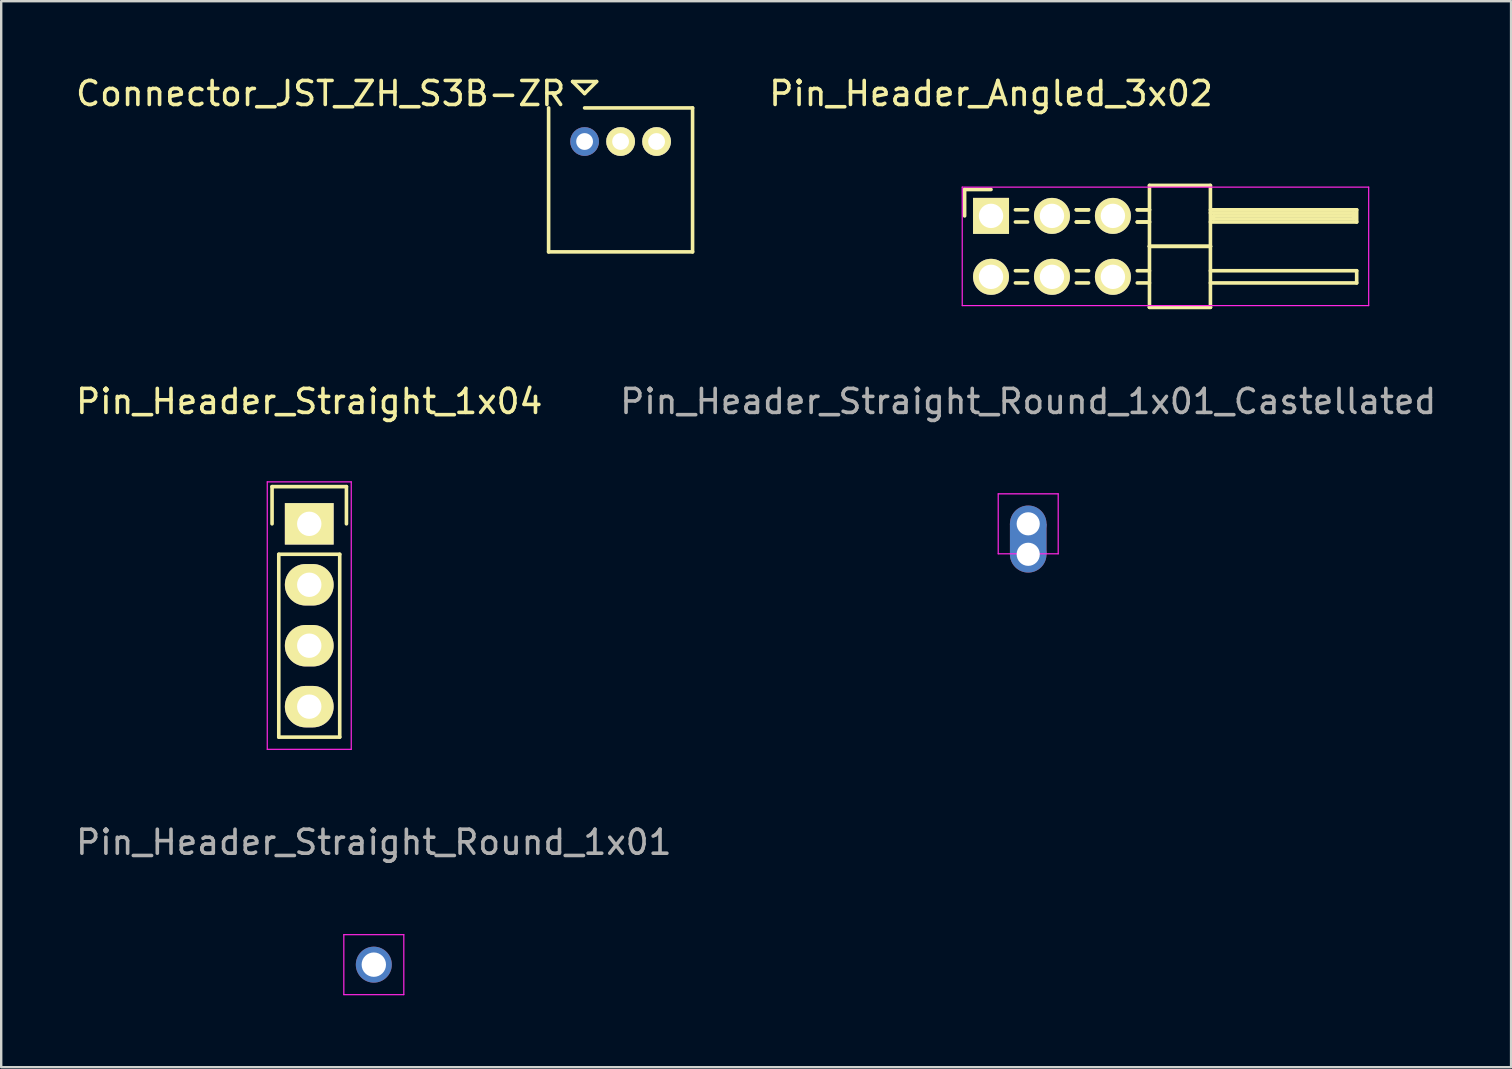
<source format=kicad_pcb>
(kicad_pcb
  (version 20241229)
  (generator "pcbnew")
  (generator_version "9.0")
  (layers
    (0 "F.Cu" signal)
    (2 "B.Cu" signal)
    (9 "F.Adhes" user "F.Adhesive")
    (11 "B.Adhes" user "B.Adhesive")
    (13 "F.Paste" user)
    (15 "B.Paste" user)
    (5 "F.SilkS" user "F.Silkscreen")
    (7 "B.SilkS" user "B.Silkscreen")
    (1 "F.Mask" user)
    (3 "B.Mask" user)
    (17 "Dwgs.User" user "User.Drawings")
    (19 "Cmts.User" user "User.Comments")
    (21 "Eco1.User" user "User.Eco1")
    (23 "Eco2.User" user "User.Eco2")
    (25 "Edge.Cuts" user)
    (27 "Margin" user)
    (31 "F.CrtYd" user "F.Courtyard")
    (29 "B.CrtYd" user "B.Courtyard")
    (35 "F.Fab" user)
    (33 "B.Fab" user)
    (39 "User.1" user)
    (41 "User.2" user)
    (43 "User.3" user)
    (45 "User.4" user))
  (footprint "Pin_Header_Straight_Round_1x01"
    (layer "F.Cu")
    (at 12.53 37.155)
    (property "Reference" "Pin_Header_Straight_Round_1x01" (at 0 -5.1 0) (layer "F.Fab") (effects (font (size 1 1) (thickness 0.15))))
    (attr through_hole)
    (fp_line (start -1.25 -1.25) (end -1.25 1.25) (stroke (width 0.05) (type solid)) (layer "F.CrtYd"))
    (fp_line (start -1.25 -1.25) (end 1.25 -1.25) (stroke (width 0.05) (type solid)) (layer "F.CrtYd"))
    (fp_line (start -1.25 1.25) (end 1.25 1.25) (stroke (width 0.05) (type solid)) (layer "F.CrtYd"))
    (fp_line (start 1.25 -1.25) (end 1.25 1.25) (stroke (width 0.05) (type solid)) (layer "F.CrtYd"))
    (pad "1" thru_hole circle (at 0 0) (size 1.5 1.5) (drill 1.016) (layers "*.Cu" "*.Mask")))
  (footprint "Connector_JST_ZH_S3B-ZR"
    (layer "F.Cu")
    (at 22.815 2.848)
    (property "Reference" "Connector_JST_ZH_S3B-ZR" (at -12.5 -2 0) (layer "F.SilkS") (effects (font (size 1 1) (thickness 0.15))))
    (attr through_hole)
    (fp_line (start -3 4.6) (end -3 -1.4) (stroke (width 0.15) (type solid)) (layer "F.SilkS"))
    (fp_line (start -2 -2.5) (end -1 -2.5) (stroke (width 0.15) (type solid)) (layer "F.SilkS"))
    (fp_line (start -1.5 -2) (end -2 -2.5) (stroke (width 0.15) (type solid)) (layer "F.SilkS"))
    (fp_line (start -1.5 -1.4) (end 3 -1.4) (stroke (width 0.15) (type solid)) (layer "F.SilkS"))
    (fp_line (start -1 -2.5) (end -1.5 -2) (stroke (width 0.15) (type solid)) (layer "F.SilkS"))
    (fp_line (start 3 -1.4) (end 3 4.6) (stroke (width 0.15) (type solid)) (layer "F.SilkS"))
    (fp_line (start 3 4.6) (end -3 4.6) (stroke (width 0.15) (type solid)) (layer "F.SilkS"))
    (pad "1" thru_hole circle (at -1.5 0) (size 1.2 1.2) (drill 0.7) (layers "*.Cu" "F.Mask"))
    (pad "2" thru_hole circle (at 0 0) (size 1.2 1.2) (drill 0.7) (layers "*.Cu" "*.Mask" "F.SilkS"))
    (pad "3" thru_hole circle (at 1.5 0) (size 1.2 1.2) (drill 0.7) (layers "*.Cu" "*.Mask" "F.SilkS")))
  (footprint "Pin_Header_Straight_Round_1x01_Castellated"
    (layer "F.Cu")
    (at 39.804 18.782)
    (property "Reference" "Pin_Header_Straight_Round_1x01_Castellated" (at 0 -5.1 0) (layer "F.Fab") (effects (font (size 1 1) (thickness 0.15))))
    (attr through_hole)
    (fp_line (start -1.25 -1.25) (end -1.25 1.25) (stroke (width 0.05) (type solid)) (layer "F.CrtYd"))
    (fp_line (start -1.25 -1.25) (end 1.25 -1.25) (stroke (width 0.05) (type solid)) (layer "F.CrtYd"))
    (fp_line (start -1.25 1.25) (end 1.25 1.25) (stroke (width 0.05) (type solid)) (layer "F.CrtYd"))
    (fp_line (start 1.25 -1.25) (end 1.25 1.25) (stroke (width 0.05) (type solid)) (layer "F.CrtYd"))
    (pad "1" thru_hole circle (at 0 0) (size 1.524 1.524) (drill 0.965) (layers "*.Cu" "*.Mask"))
    (pad "1" smd rect (at 0 0.635) (size 1.524 1.27) (layers "F.Cu" "F.Mask"))
    (pad "1" smd rect (at 0 0.635) (size 1.524 1.27) (layers "B.Cu" "B.Mask"))
    (pad "1" thru_hole circle (at 0 1.27) (size 1.524 1.524) (drill 0.965) (layers "*.Cu" "*.Mask")))
  (footprint "Pin_Header_Angled_3x02"
    (layer "F.Cu")
    (at 38.254 5.948)
    (property "Reference" "Pin_Header_Angled_3x02" (at 0 -5.1 0) (layer "F.SilkS") (effects (font (size 1 1) (thickness 0.15))))
    (attr through_hole)
    (fp_line (start -1.1 -1.1) (end -1.1 0) (stroke (width 0.15) (type solid)) (layer "F.SilkS"))
    (fp_line (start 0 -1.1) (end -1.1 -1.1) (stroke (width 0.15) (type solid)) (layer "F.SilkS"))
    (fp_line (start 1.524 -0.254) (end 1.016 -0.254) (stroke (width 0.15) (type solid)) (layer "F.SilkS"))
    (fp_line (start 1.524 0.254) (end 1.016 0.254) (stroke (width 0.15) (type solid)) (layer "F.SilkS"))
    (fp_line (start 1.524 2.286) (end 1.016 2.286) (stroke (width 0.15) (type solid)) (layer "F.SilkS"))
    (fp_line (start 1.524 2.794) (end 1.016 2.794) (stroke (width 0.15) (type solid)) (layer "F.SilkS"))
    (fp_line (start 4.064 -0.254) (end 3.556 -0.254) (stroke (width 0.15) (type solid)) (layer "F.SilkS"))
    (fp_line (start 4.064 -0.254) (end 3.556 -0.254) (stroke (width 0.15) (type solid)) (layer "F.SilkS"))
    (fp_line (start 4.064 0.254) (end 3.556 0.254) (stroke (width 0.15) (type solid)) (layer "F.SilkS"))
    (fp_line (start 4.064 0.254) (end 3.556 0.254) (stroke (width 0.15) (type solid)) (layer "F.SilkS"))
    (fp_line (start 4.064 2.286) (end 3.556 2.286) (stroke (width 0.15) (type solid)) (layer "F.SilkS"))
    (fp_line (start 4.064 2.794) (end 3.556 2.794) (stroke (width 0.15) (type solid)) (layer "F.SilkS"))
    (fp_line (start 6.604 -1.27) (end 6.604 1.27) (stroke (width 0.15) (type solid)) (layer "F.SilkS"))
    (fp_line (start 6.604 -1.27) (end 9.144 -1.27) (stroke (width 0.15) (type solid)) (layer "F.SilkS"))
    (fp_line (start 6.604 -0.254) (end 6.096 -0.254) (stroke (width 0.15) (type solid)) (layer "F.SilkS"))
    (fp_line (start 6.604 -0.254) (end 6.096 -0.254) (stroke (width 0.15) (type solid)) (layer "F.SilkS"))
    (fp_line (start 6.604 0.254) (end 6.096 0.254) (stroke (width 0.15) (type solid)) (layer "F.SilkS"))
    (fp_line (start 6.604 0.254) (end 6.096 0.254) (stroke (width 0.15) (type solid)) (layer "F.SilkS"))
    (fp_line (start 6.604 1.27) (end 6.604 3.81) (stroke (width 0.15) (type solid)) (layer "F.SilkS"))
    (fp_line (start 6.604 1.27) (end 9.144 1.27) (stroke (width 0.15) (type solid)) (layer "F.SilkS"))
    (fp_line (start 6.604 1.27) (end 9.144 1.27) (stroke (width 0.15) (type solid)) (layer "F.SilkS"))
    (fp_line (start 6.604 2.286) (end 6.096 2.286) (stroke (width 0.15) (type solid)) (layer "F.SilkS"))
    (fp_line (start 6.604 2.794) (end 6.096 2.794) (stroke (width 0.15) (type solid)) (layer "F.SilkS"))
    (fp_line (start 6.604 3.81) (end 9.144 3.81) (stroke (width 0.15) (type solid)) (layer "F.SilkS"))
    (fp_line (start 6.604 3.81) (end 9.144 3.81) (stroke (width 0.15) (type solid)) (layer "F.SilkS"))
    (fp_line (start 9.144 -0.254) (end 15.24 -0.254) (stroke (width 0.15) (type solid)) (layer "F.SilkS"))
    (fp_line (start 9.144 -0.127) (end 15.113 -0.127) (stroke (width 0.15) (type solid)) (layer "F.SilkS"))
    (fp_line (start 9.144 1.27) (end 9.144 -1.27) (stroke (width 0.15) (type solid)) (layer "F.SilkS"))
    (fp_line (start 9.144 2.286) (end 15.24 2.286) (stroke (width 0.15) (type solid)) (layer "F.SilkS"))
    (fp_line (start 9.144 3.81) (end 9.144 1.27) (stroke (width 0.15) (type solid)) (layer "F.SilkS"))
    (fp_line (start 9.271 0) (end 15.113 0) (stroke (width 0.15) (type solid)) (layer "F.SilkS"))
    (fp_line (start 9.271 0.127) (end 9.271 0) (stroke (width 0.15) (type solid)) (layer "F.SilkS"))
    (fp_line (start 15.113 -0.127) (end 15.113 0.127) (stroke (width 0.15) (type solid)) (layer "F.SilkS"))
    (fp_line (start 15.113 0.127) (end 9.271 0.127) (stroke (width 0.15) (type solid)) (layer "F.SilkS"))
    (fp_line (start 15.24 -0.254) (end 15.24 0.254) (stroke (width 0.15) (type solid)) (layer "F.SilkS"))
    (fp_line (start 15.24 0.254) (end 9.144 0.254) (stroke (width 0.15) (type solid)) (layer "F.SilkS"))
    (fp_line (start 15.24 2.286) (end 15.24 2.794) (stroke (width 0.15) (type solid)) (layer "F.SilkS"))
    (fp_line (start 15.24 2.794) (end 9.144 2.794) (stroke (width 0.15) (type solid)) (layer "F.SilkS"))
    (fp_line (start -1.2 -1.2) (end -1.2 3.74) (stroke (width 0.05) (type solid)) (layer "F.CrtYd"))
    (fp_line (start -1.2 -1.2) (end 15.74 -1.2) (stroke (width 0.05) (type solid)) (layer "F.CrtYd"))
    (fp_line (start -1.2 3.74) (end 15.74 3.74) (stroke (width 0.05) (type solid)) (layer "F.CrtYd"))
    (fp_line (start 15.74 -1.2) (end 15.74 3.74) (stroke (width 0.05) (type solid)) (layer "F.CrtYd"))
    (pad "1" thru_hole rect (at 0 0) (size 1.5 1.5) (drill 1.016) (layers "*.Cu" "*.Mask" "F.SilkS"))
    (pad "2" thru_hole oval (at 2.54 0) (size 1.5 1.5) (drill 1.016) (layers "*.Cu" "*.Mask" "F.SilkS"))
    (pad "3" thru_hole oval (at 5.08 0) (size 1.5 1.5) (drill 1.016) (layers "*.Cu" "*.Mask" "F.SilkS"))
    (pad "4" thru_hole oval (at 0 2.54) (size 1.5 1.5) (drill 1.016) (layers "*.Cu" "*.Mask" "F.SilkS"))
    (pad "5" thru_hole oval (at 2.54 2.54) (size 1.5 1.5) (drill 1.016) (layers "*.Cu" "*.Mask" "F.SilkS"))
    (pad "6" thru_hole oval (at 5.08 2.54) (size 1.5 1.5) (drill 1.016) (layers "*.Cu" "*.Mask" "F.SilkS")))
  (footprint "Pin_Header_Straight_1x04"
    (layer "F.Cu")
    (at 9.839 18.782)
    (property "Reference" "Pin_Header_Straight_1x04" (at 0 -5.1 0) (layer "F.SilkS") (effects (font (size 1 1) (thickness 0.15))))
    (attr through_hole)
    (fp_line (start -1.55 -1.55) (end 1.55 -1.55) (stroke (width 0.15) (type solid)) (layer "F.SilkS"))
    (fp_line (start -1.55 0) (end -1.55 -1.55) (stroke (width 0.15) (type solid)) (layer "F.SilkS"))
    (fp_line (start -1.27 1.27) (end -1.27 8.89) (stroke (width 0.15) (type solid)) (layer "F.SilkS"))
    (fp_line (start -1.27 8.89) (end 1.27 8.89) (stroke (width 0.15) (type solid)) (layer "F.SilkS"))
    (fp_line (start 1.27 1.27) (end -1.27 1.27) (stroke (width 0.15) (type solid)) (layer "F.SilkS"))
    (fp_line (start 1.27 1.27) (end 1.27 8.89) (stroke (width 0.15) (type solid)) (layer "F.SilkS"))
    (fp_line (start 1.55 -1.55) (end 1.55 0) (stroke (width 0.15) (type solid)) (layer "F.SilkS"))
    (fp_line (start -1.75 -1.75) (end -1.75 9.4) (stroke (width 0.05) (type solid)) (layer "F.CrtYd"))
    (fp_line (start -1.75 -1.75) (end 1.75 -1.75) (stroke (width 0.05) (type solid)) (layer "F.CrtYd"))
    (fp_line (start -1.75 9.4) (end 1.75 9.4) (stroke (width 0.05) (type solid)) (layer "F.CrtYd"))
    (fp_line (start 1.75 -1.75) (end 1.75 9.4) (stroke (width 0.05) (type solid)) (layer "F.CrtYd"))
    (pad "1" thru_hole rect (at 0 0) (size 2.032 1.727) (drill 1.016) (layers "*.Cu" "*.Mask" "F.SilkS"))
    (pad "2" thru_hole oval (at 0 2.54) (size 2.032 1.727) (drill 1.016) (layers "*.Cu" "*.Mask" "F.SilkS"))
    (pad "3" thru_hole oval (at 0 5.08) (size 2.032 1.727) (drill 1.016) (layers "*.Cu" "*.Mask" "F.SilkS"))
    (pad "4" thru_hole oval (at 0 7.62) (size 2.032 1.727) (drill 1.016) (layers "*.Cu" "*.Mask" "F.SilkS")))
  (gr_rect
    (start -3 -3)
    (end 59.929 41.43)
    (stroke (width 0.1) (type default))
    (fill no)
    (layer "Edge.Cuts")))
</source>
